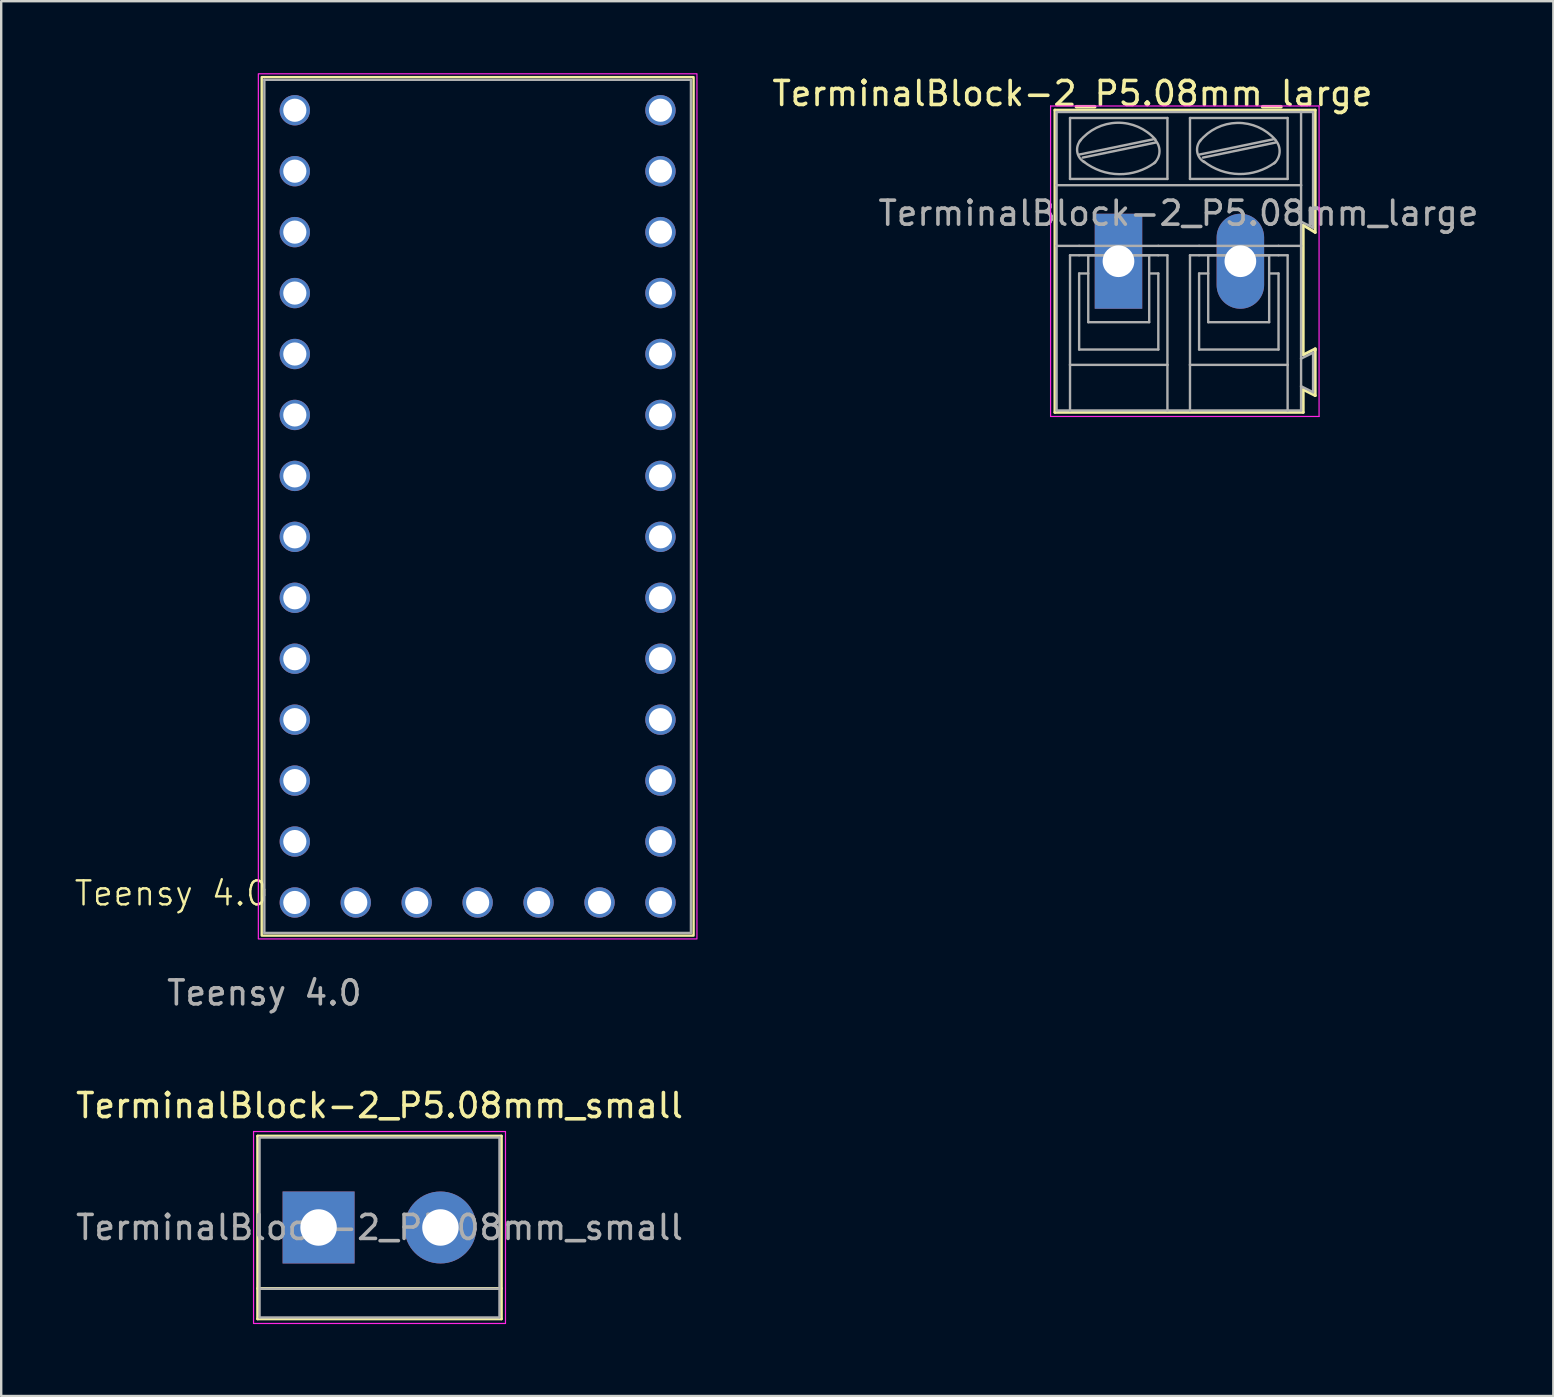
<source format=kicad_pcb>
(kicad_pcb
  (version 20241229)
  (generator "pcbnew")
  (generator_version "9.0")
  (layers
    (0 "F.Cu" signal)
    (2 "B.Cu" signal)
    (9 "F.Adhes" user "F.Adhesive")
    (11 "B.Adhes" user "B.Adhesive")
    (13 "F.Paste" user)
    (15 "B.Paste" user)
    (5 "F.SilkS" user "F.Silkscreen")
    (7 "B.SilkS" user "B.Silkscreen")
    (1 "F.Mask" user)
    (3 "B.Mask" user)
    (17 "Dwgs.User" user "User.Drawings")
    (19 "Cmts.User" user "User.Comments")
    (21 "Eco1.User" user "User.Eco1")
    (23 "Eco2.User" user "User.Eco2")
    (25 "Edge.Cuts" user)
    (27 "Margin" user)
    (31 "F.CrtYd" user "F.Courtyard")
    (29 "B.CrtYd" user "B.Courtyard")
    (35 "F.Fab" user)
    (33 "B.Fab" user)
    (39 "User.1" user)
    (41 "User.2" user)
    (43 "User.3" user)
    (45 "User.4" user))
  (footprint "TerminalBlock-2_P5.08mm_large"
    (layer "F.Cu")
    (at 43.568 7.838)
    (property "Reference" "TerminalBlock-2_P5.08mm_large" (at -1.92 -6.99 0) (layer "F.SilkS") (effects (font (size 1 1) (thickness 0.15))))
    (attr through_hole)
    (fp_line (start -2.65 -6.3) (end -2.65 6.3) (stroke (width 0.12) (type solid)) (layer "F.SilkS"))
    (fp_line (start -2.65 6.3) (end 7.7 6.3) (stroke (width 0.12) (type solid)) (layer "F.SilkS"))
    (fp_line (start 7.7 -1.5) (end 8.2 -1.2) (stroke (width 0.12) (type solid)) (layer "F.SilkS"))
    (fp_line (start 7.7 3.9) (end 7.7 -1.5) (stroke (width 0.12) (type solid)) (layer "F.SilkS"))
    (fp_line (start 7.7 5.35) (end 8.2 5.6) (stroke (width 0.12) (type solid)) (layer "F.SilkS"))
    (fp_line (start 7.7 6.3) (end 7.7 5.35) (stroke (width 0.12) (type solid)) (layer "F.SilkS"))
    (fp_line (start 8.2 -6.3) (end -2.65 -6.3) (stroke (width 0.12) (type solid)) (layer "F.SilkS"))
    (fp_line (start 8.2 -1.2) (end 8.2 -6.3) (stroke (width 0.12) (type solid)) (layer "F.SilkS"))
    (fp_line (start 8.2 3.65) (end 7.7 3.9) (stroke (width 0.12) (type solid)) (layer "F.SilkS"))
    (fp_line (start 8.2 3.7) (end 8.2 3.65) (stroke (width 0.12) (type solid)) (layer "F.SilkS"))
    (fp_line (start 8.2 5.6) (end 8.2 3.7) (stroke (width 0.12) (type solid)) (layer "F.SilkS"))
    (fp_line (start -2.83 -6.47) (end -2.83 6.47) (stroke (width 0.05) (type solid)) (layer "F.CrtYd"))
    (fp_line (start -2.83 -6.47) (end 8.36 -6.47) (stroke (width 0.05) (type solid)) (layer "F.CrtYd"))
    (fp_line (start 8.36 6.47) (end -2.83 6.47) (stroke (width 0.05) (type solid)) (layer "F.CrtYd"))
    (fp_line (start 8.36 6.47) (end 8.36 -6.47) (stroke (width 0.05) (type solid)) (layer "F.CrtYd"))
    (fp_line (start -2.58 -3.17) (end -2.58 -6.22) (stroke (width 0.1) (type solid)) (layer "F.Fab"))
    (fp_line (start -2.58 -3.17) (end 7.61 -3.17) (stroke (width 0.1) (type solid)) (layer "F.Fab"))
    (fp_line (start -2.58 -0.64) (end -2.58 -3.17) (stroke (width 0.1) (type solid)) (layer "F.Fab"))
    (fp_line (start -2.58 -0.64) (end -1.64 -0.64) (stroke (width 0.1) (type solid)) (layer "F.Fab"))
    (fp_line (start -2.58 6.22) (end -2.58 -0.64) (stroke (width 0.1) (type solid)) (layer "F.Fab"))
    (fp_line (start -2.58 6.22) (end -2.02 6.22) (stroke (width 0.1) (type solid)) (layer "F.Fab"))
    (fp_line (start -2.02 -3.43) (end -2.02 -5.97) (stroke (width 0.1) (type solid)) (layer "F.Fab"))
    (fp_line (start -2.02 -0.25) (end -2.02 4.32) (stroke (width 0.1) (type solid)) (layer "F.Fab"))
    (fp_line (start -2.02 -0.25) (end -1.64 -0.25) (stroke (width 0.1) (type solid)) (layer "F.Fab"))
    (fp_line (start -2.02 4.32) (end -2.02 6.22) (stroke (width 0.1) (type solid)) (layer "F.Fab"))
    (fp_line (start -2.02 6.22) (end 2.04 6.22) (stroke (width 0.1) (type solid)) (layer "F.Fab"))
    (fp_line (start -1.64 -0.64) (end 1.66 -0.64) (stroke (width 0.1) (type solid)) (layer "F.Fab"))
    (fp_line (start -1.64 0.51) (end -1.26 0.51) (stroke (width 0.1) (type solid)) (layer "F.Fab"))
    (fp_line (start -1.64 3.68) (end -1.64 0.51) (stroke (width 0.1) (type solid)) (layer "F.Fab"))
    (fp_line (start -1.62 -4.45) (end 1.44 -5.08) (stroke (width 0.1) (type solid)) (layer "F.Fab"))
    (fp_line (start -1.49 -4.32) (end 1.56 -4.95) (stroke (width 0.1) (type solid)) (layer "F.Fab"))
    (fp_line (start -1.26 -0.25) (end 1.28 -0.25) (stroke (width 0.1) (type solid)) (layer "F.Fab"))
    (fp_line (start -1.26 2.54) (end -1.26 -0.25) (stroke (width 0.1) (type solid)) (layer "F.Fab"))
    (fp_line (start -1.26 2.54) (end 1.28 2.54) (stroke (width 0.1) (type solid)) (layer "F.Fab"))
    (fp_line (start 1.28 2.54) (end 1.28 -0.25) (stroke (width 0.1) (type solid)) (layer "F.Fab"))
    (fp_line (start 1.66 -0.64) (end 3.36 -0.64) (stroke (width 0.1) (type solid)) (layer "F.Fab"))
    (fp_line (start 1.66 -0.25) (end -1.64 -0.25) (stroke (width 0.1) (type solid)) (layer "F.Fab"))
    (fp_line (start 1.66 0.51) (end 1.28 0.51) (stroke (width 0.1) (type solid)) (layer "F.Fab"))
    (fp_line (start 1.66 3.68) (end -1.64 3.68) (stroke (width 0.1) (type solid)) (layer "F.Fab"))
    (fp_line (start 1.66 3.68) (end 1.66 0.51) (stroke (width 0.1) (type solid)) (layer "F.Fab"))
    (fp_line (start 2.04 -5.97) (end -2.02 -5.97) (stroke (width 0.1) (type solid)) (layer "F.Fab"))
    (fp_line (start 2.04 -3.43) (end -2.02 -3.43) (stroke (width 0.1) (type solid)) (layer "F.Fab"))
    (fp_line (start 2.04 -3.43) (end 2.04 -5.97) (stroke (width 0.1) (type solid)) (layer "F.Fab"))
    (fp_line (start 2.04 -0.25) (end 1.66 -0.25) (stroke (width 0.1) (type solid)) (layer "F.Fab"))
    (fp_line (start 2.04 4.32) (end -2.02 4.32) (stroke (width 0.1) (type solid)) (layer "F.Fab"))
    (fp_line (start 2.04 4.32) (end 2.04 -0.25) (stroke (width 0.1) (type solid)) (layer "F.Fab"))
    (fp_line (start 2.04 6.22) (end 2.04 4.32) (stroke (width 0.1) (type solid)) (layer "F.Fab"))
    (fp_line (start 2.04 6.22) (end 2.98 6.22) (stroke (width 0.1) (type solid)) (layer "F.Fab"))
    (fp_line (start 2.98 -5.97) (end 7.05 -5.97) (stroke (width 0.1) (type solid)) (layer "F.Fab"))
    (fp_line (start 2.98 -3.43) (end 2.98 -5.97) (stroke (width 0.1) (type solid)) (layer "F.Fab"))
    (fp_line (start 2.98 -0.25) (end 3.36 -0.25) (stroke (width 0.1) (type solid)) (layer "F.Fab"))
    (fp_line (start 2.98 4.32) (end 2.98 -0.25) (stroke (width 0.1) (type solid)) (layer "F.Fab"))
    (fp_line (start 2.98 4.32) (end 7.05 4.32) (stroke (width 0.1) (type solid)) (layer "F.Fab"))
    (fp_line (start 2.98 6.22) (end 2.98 4.32) (stroke (width 0.1) (type solid)) (layer "F.Fab"))
    (fp_line (start 2.98 6.22) (end 7.05 6.22) (stroke (width 0.1) (type solid)) (layer "F.Fab"))
    (fp_line (start 3.36 -0.25) (end 6.67 -0.25) (stroke (width 0.1) (type solid)) (layer "F.Fab"))
    (fp_line (start 3.36 0.51) (end 3.74 0.51) (stroke (width 0.1) (type solid)) (layer "F.Fab"))
    (fp_line (start 3.36 3.68) (end 3.36 0.51) (stroke (width 0.1) (type solid)) (layer "F.Fab"))
    (fp_line (start 3.39 -4.45) (end 6.44 -5.08) (stroke (width 0.1) (type solid)) (layer "F.Fab"))
    (fp_line (start 3.52 -4.32) (end 6.56 -4.95) (stroke (width 0.1) (type solid)) (layer "F.Fab"))
    (fp_line (start 3.74 -0.25) (end 6.28 -0.25) (stroke (width 0.1) (type solid)) (layer "F.Fab"))
    (fp_line (start 3.74 2.54) (end 3.74 -0.25) (stroke (width 0.1) (type solid)) (layer "F.Fab"))
    (fp_line (start 3.74 2.54) (end 6.28 2.54) (stroke (width 0.1) (type solid)) (layer "F.Fab"))
    (fp_line (start 6.28 2.54) (end 6.28 -0.25) (stroke (width 0.1) (type solid)) (layer "F.Fab"))
    (fp_line (start 6.67 -0.64) (end 3.36 -0.64) (stroke (width 0.1) (type solid)) (layer "F.Fab"))
    (fp_line (start 6.67 0.51) (end 6.28 0.51) (stroke (width 0.1) (type solid)) (layer "F.Fab"))
    (fp_line (start 6.67 3.68) (end 3.36 3.68) (stroke (width 0.1) (type solid)) (layer "F.Fab"))
    (fp_line (start 6.67 3.68) (end 6.67 0.51) (stroke (width 0.1) (type solid)) (layer "F.Fab"))
    (fp_line (start 7.05 -5.97) (end 7.05 -3.43) (stroke (width 0.1) (type solid)) (layer "F.Fab"))
    (fp_line (start 7.05 -3.43) (end 2.98 -3.43) (stroke (width 0.1) (type solid)) (layer "F.Fab"))
    (fp_line (start 7.05 -0.25) (end 6.67 -0.25) (stroke (width 0.1) (type solid)) (layer "F.Fab"))
    (fp_line (start 7.05 -0.25) (end 7.05 4.32) (stroke (width 0.1) (type solid)) (layer "F.Fab"))
    (fp_line (start 7.05 4.32) (end 7.05 6.22) (stroke (width 0.1) (type solid)) (layer "F.Fab"))
    (fp_line (start 7.05 6.22) (end 7.61 6.22) (stroke (width 0.1) (type solid)) (layer "F.Fab"))
    (fp_line (start 7.61 -6.22) (end -2.58 -6.22) (stroke (width 0.1) (type solid)) (layer "F.Fab"))
    (fp_line (start 7.61 -6.22) (end 7.61 -3.17) (stroke (width 0.1) (type solid)) (layer "F.Fab"))
    (fp_line (start 7.61 -6.22) (end 8.11 -6.22) (stroke (width 0.1) (type solid)) (layer "F.Fab"))
    (fp_line (start 7.61 -3.17) (end 7.61 -1.65) (stroke (width 0.1) (type solid)) (layer "F.Fab"))
    (fp_line (start 7.61 -1.65) (end 7.61 -0.64) (stroke (width 0.1) (type solid)) (layer "F.Fab"))
    (fp_line (start 7.61 -0.64) (end 6.67 -0.64) (stroke (width 0.1) (type solid)) (layer "F.Fab"))
    (fp_line (start 7.61 -0.64) (end 7.61 4.06) (stroke (width 0.1) (type solid)) (layer "F.Fab"))
    (fp_line (start 7.61 4.06) (end 7.61 5.21) (stroke (width 0.1) (type solid)) (layer "F.Fab"))
    (fp_line (start 7.61 5.21) (end 7.61 6.22) (stroke (width 0.1) (type solid)) (layer "F.Fab"))
    (fp_line (start 8.11 -6.22) (end 8.11 -1.4) (stroke (width 0.1) (type solid)) (layer "F.Fab"))
    (fp_line (start 8.11 -1.4) (end 7.61 -1.65) (stroke (width 0.1) (type solid)) (layer "F.Fab"))
    (fp_line (start 8.11 3.81) (end 7.61 4.06) (stroke (width 0.1) (type solid)) (layer "F.Fab"))
    (fp_line (start 8.11 3.81) (end 8.11 5.46) (stroke (width 0.1) (type solid)) (layer "F.Fab"))
    (fp_line (start 8.11 5.46) (end 7.61 5.21) (stroke (width 0.1) (type solid)) (layer "F.Fab"))
    (fp_arc (start -1.62 -5) (mid -0.05669 -5.772528) (end 1.539976 -5.071534) (stroke (width 0.1) (type solid)) (layer "F.Fab"))
    (fp_arc (start -1.42 -4.13) (mid -1.718466 -4.559406) (end -1.562972 -5.058699) (stroke (width 0.1) (type solid)) (layer "F.Fab"))
    (fp_arc (start 1.53 -5.05) (mid 1.708693 -4.558754) (end 1.485619 -4.086005) (stroke (width 0.1) (type solid)) (layer "F.Fab"))
    (fp_arc (start 1.53 -4.12) (mid 0.02849 -3.628196) (end -1.459829 -4.158582) (stroke (width 0.1) (type solid)) (layer "F.Fab"))
    (fp_arc (start 3.39 -5) (mid 4.949737 -5.764867) (end 6.538239 -5.061686) (stroke (width 0.1) (type solid)) (layer "F.Fab"))
    (fp_arc (start 3.58 -4.13) (mid 3.281534 -4.559406) (end 3.437028 -5.058699) (stroke (width 0.1) (type solid)) (layer "F.Fab"))
    (fp_arc (start 6.53 -4.12) (mid 5.030583 -3.634318) (end 3.547667 -4.168263) (stroke (width 0.1) (type solid)) (layer "F.Fab"))
    (fp_arc (start 6.54 -5.05) (mid 6.715733 -4.551652) (end 6.485532 -4.076005) (stroke (width 0.1) (type solid)) (layer "F.Fab"))
    (fp_text user "${REFERENCE}" (at 2.5 -2 0) (layer "F.Fab") (effects (font (size 1 1) (thickness 0.15))))
    (pad "1" thru_hole rect (at 0 0) (size 1.98 3.96) (drill 1.32) (layers "*.Cu" "*.Mask"))
    (pad "2" thru_hole oval (at 5.08 0) (size 1.98 3.96) (drill 1.32) (layers "*.Cu" "*.Mask")))
  (footprint "TerminalBlock-2_P5.08mm_small"
    (layer "F.Cu")
    (at 10.228 48.111)
    (property "Reference" "TerminalBlock-2_P5.08mm_small" (at 2.54 -5.08 0) (layer "F.SilkS") (effects (font (size 1 1) (thickness 0.15))))
    (attr through_hole)
    (fp_line (start -2.54 -3.81) (end -2.54 3.81) (stroke (width 0.12) (type solid)) (layer "F.SilkS"))
    (fp_line (start -2.54 3.81) (end 7.62 3.81) (stroke (width 0.12) (type solid)) (layer "F.SilkS"))
    (fp_line (start 7.62 -3.81) (end -2.54 -3.81) (stroke (width 0.12) (type solid)) (layer "F.SilkS"))
    (fp_line (start 7.62 2.54) (end -2.54 2.54) (stroke (width 0.12) (type solid)) (layer "F.SilkS"))
    (fp_line (start 7.62 3.81) (end 7.62 -3.81) (stroke (width 0.12) (type solid)) (layer "F.SilkS"))
    (fp_line (start -2.71 -4) (end -2.71 4) (stroke (width 0.05) (type solid)) (layer "F.CrtYd"))
    (fp_line (start -2.71 -4) (end 7.79 -4) (stroke (width 0.05) (type solid)) (layer "F.CrtYd"))
    (fp_line (start 7.79 4) (end -2.71 4) (stroke (width 0.05) (type solid)) (layer "F.CrtYd"))
    (fp_line (start 7.79 4) (end 7.79 -4) (stroke (width 0.05) (type solid)) (layer "F.CrtYd"))
    (fp_line (start -2.46 -3.75) (end -2.46 3.75) (stroke (width 0.1) (type solid)) (layer "F.Fab"))
    (fp_line (start -2.46 3.75) (end 7.54 3.75) (stroke (width 0.1) (type solid)) (layer "F.Fab"))
    (fp_line (start -2.41 2.55) (end 7.49 2.55) (stroke (width 0.1) (type solid)) (layer "F.Fab"))
    (fp_line (start 7.54 -3.75) (end -2.46 -3.75) (stroke (width 0.1) (type solid)) (layer "F.Fab"))
    (fp_line (start 7.54 3.75) (end 7.54 -3.75) (stroke (width 0.1) (type solid)) (layer "F.Fab"))
    (fp_text user "${REFERENCE}" (at 2.54 0 0) (layer "F.Fab") (effects (font (size 1 1) (thickness 0.15))))
    (pad "1" thru_hole rect (at 0 0) (size 3 3) (drill 1.52) (layers "*.Cu" "*.Mask"))
    (pad "2" thru_hole circle (at 5.08 0) (size 3 3) (drill 1.52) (layers "*.Cu" "*.Mask")))
  (footprint "Teensy 4.0"
    (layer "F.Cu")
    (at 7.968 35.835)
    (property "Reference" "Teensy 4.0" (at -3.87 -1.65 0) (unlocked yes) (layer "F.SilkS") (effects (font (size 1 1) (thickness 0.1))))
    (attr through_hole)
    (fp_rect (start -0.11 -35.67) (end 17.89 0.11) (stroke (width 0.1) (type default)) (fill no) (layer "F.SilkS"))
    (fp_rect (start -0.25 -35.81) (end 18.03 0.25) (stroke (width 0.05) (type default)) (fill no) (layer "F.CrtYd"))
    (fp_line (start 0 -35.56) (end 0 0) (stroke (width 0.1) (type default)) (layer "F.Fab"))
    (fp_line (start 0 0) (end 17.78 0) (stroke (width 0.1) (type default)) (layer "F.Fab"))
    (fp_line (start 17.78 -35.56) (end 0 -35.56) (stroke (width 0.1) (type default)) (layer "F.Fab"))
    (fp_line (start 17.78 0) (end 17.78 -35.56) (stroke (width 0.1) (type default)) (layer "F.Fab"))
    (fp_text user "${REFERENCE}" (at 0 2.5 0) (unlocked yes) (layer "F.Fab") (effects (font (size 1 1) (thickness 0.15))))
    (pad "1" thru_hole circle (at 1.27 -34.29) (size 1.265 1.265) (drill 0.965) (layers "*.Cu" "*.Mask"))
    (pad "2" thru_hole circle (at 1.27 -31.75) (size 1.265 1.265) (drill 0.965) (layers "*.Cu" "*.Mask"))
    (pad "3" thru_hole circle (at 1.27 -29.21) (size 1.265 1.265) (drill 0.965) (layers "*.Cu" "*.Mask"))
    (pad "4" thru_hole circle (at 1.27 -26.67) (size 1.265 1.265) (drill 0.965) (layers "*.Cu" "*.Mask"))
    (pad "5" thru_hole circle (at 1.27 -24.13) (size 1.265 1.265) (drill 0.965) (layers "*.Cu" "*.Mask"))
    (pad "6" thru_hole circle (at 1.27 -21.59) (size 1.265 1.265) (drill 0.965) (layers "*.Cu" "*.Mask"))
    (pad "7" thru_hole circle (at 1.27 -19.05) (size 1.265 1.265) (drill 0.965) (layers "*.Cu" "*.Mask"))
    (pad "8" thru_hole circle (at 1.27 -16.51) (size 1.265 1.265) (drill 0.965) (layers "*.Cu" "*.Mask"))
    (pad "9" thru_hole circle (at 1.27 -13.97) (size 1.265 1.265) (drill 0.965) (layers "*.Cu" "*.Mask"))
    (pad "10" thru_hole circle (at 1.27 -11.43) (size 1.265 1.265) (drill 0.965) (layers "*.Cu" "*.Mask"))
    (pad "11" thru_hole circle (at 1.27 -8.89) (size 1.265 1.265) (drill 0.965) (layers "*.Cu" "*.Mask"))
    (pad "12" thru_hole circle (at 1.27 -6.35) (size 1.265 1.265) (drill 0.965) (layers "*.Cu" "*.Mask"))
    (pad "13" thru_hole circle (at 1.27 -3.81) (size 1.265 1.265) (drill 0.965) (layers "*.Cu" "*.Mask"))
    (pad "14" thru_hole circle (at 1.27 -1.27) (size 1.265 1.265) (drill 0.965) (layers "*.Cu" "*.Mask"))
    (pad "15" thru_hole circle (at 3.81 -1.27) (size 1.265 1.265) (drill 0.965) (layers "*.Cu" "*.Mask"))
    (pad "16" thru_hole circle (at 6.35 -1.27) (size 1.265 1.265) (drill 0.965) (layers "*.Cu" "*.Mask"))
    (pad "17" thru_hole circle (at 8.89 -1.27) (size 1.265 1.265) (drill 0.965) (layers "*.Cu" "*.Mask"))
    (pad "18" thru_hole circle (at 11.43 -1.27) (size 1.265 1.265) (drill 0.965) (layers "*.Cu" "*.Mask"))
    (pad "19" thru_hole circle (at 13.97 -1.27) (size 1.265 1.265) (drill 0.965) (layers "*.Cu" "*.Mask"))
    (pad "20" thru_hole circle (at 16.51 -1.27) (size 1.265 1.265) (drill 0.965) (layers "*.Cu" "*.Mask"))
    (pad "21" thru_hole circle (at 16.51 -3.81) (size 1.265 1.265) (drill 0.965) (layers "*.Cu" "*.Mask"))
    (pad "22" thru_hole circle (at 16.51 -6.35) (size 1.265 1.265) (drill 0.965) (layers "*.Cu" "*.Mask"))
    (pad "23" thru_hole circle (at 16.51 -8.89) (size 1.265 1.265) (drill 0.965) (layers "*.Cu" "*.Mask"))
    (pad "24" thru_hole circle (at 16.51 -11.43) (size 1.265 1.265) (drill 0.965) (layers "*.Cu" "*.Mask"))
    (pad "25" thru_hole circle (at 16.51 -13.97) (size 1.265 1.265) (drill 0.965) (layers "*.Cu" "*.Mask"))
    (pad "26" thru_hole circle (at 16.51 -16.51) (size 1.265 1.265) (drill 0.965) (layers "*.Cu" "*.Mask"))
    (pad "27" thru_hole circle (at 16.51 -19.05) (size 1.265 1.265) (drill 0.965) (layers "*.Cu" "*.Mask"))
    (pad "28" thru_hole circle (at 16.51 -21.59) (size 1.265 1.265) (drill 0.965) (layers "*.Cu" "*.Mask"))
    (pad "29" thru_hole circle (at 16.51 -24.13) (size 1.265 1.265) (drill 0.965) (layers "*.Cu" "*.Mask"))
    (pad "30" thru_hole circle (at 16.51 -26.67) (size 1.265 1.265) (drill 0.965) (layers "*.Cu" "*.Mask"))
    (pad "31" thru_hole circle (at 16.51 -29.21) (size 1.265 1.265) (drill 0.965) (layers "*.Cu" "*.Mask"))
    (pad "32" thru_hole circle (at 16.51 -31.75) (size 1.265 1.265) (drill 0.965) (layers "*.Cu" "*.Mask"))
    (pad "33" thru_hole circle (at 16.51 -34.29) (size 1.265 1.265) (drill 0.965) (layers "*.Cu" "*.Mask")))
  (gr_rect
    (start -3 -3)
    (end 61.693 55.136)
    (stroke (width 0.1) (type default))
    (fill no)
    (layer "Edge.Cuts")))
</source>
